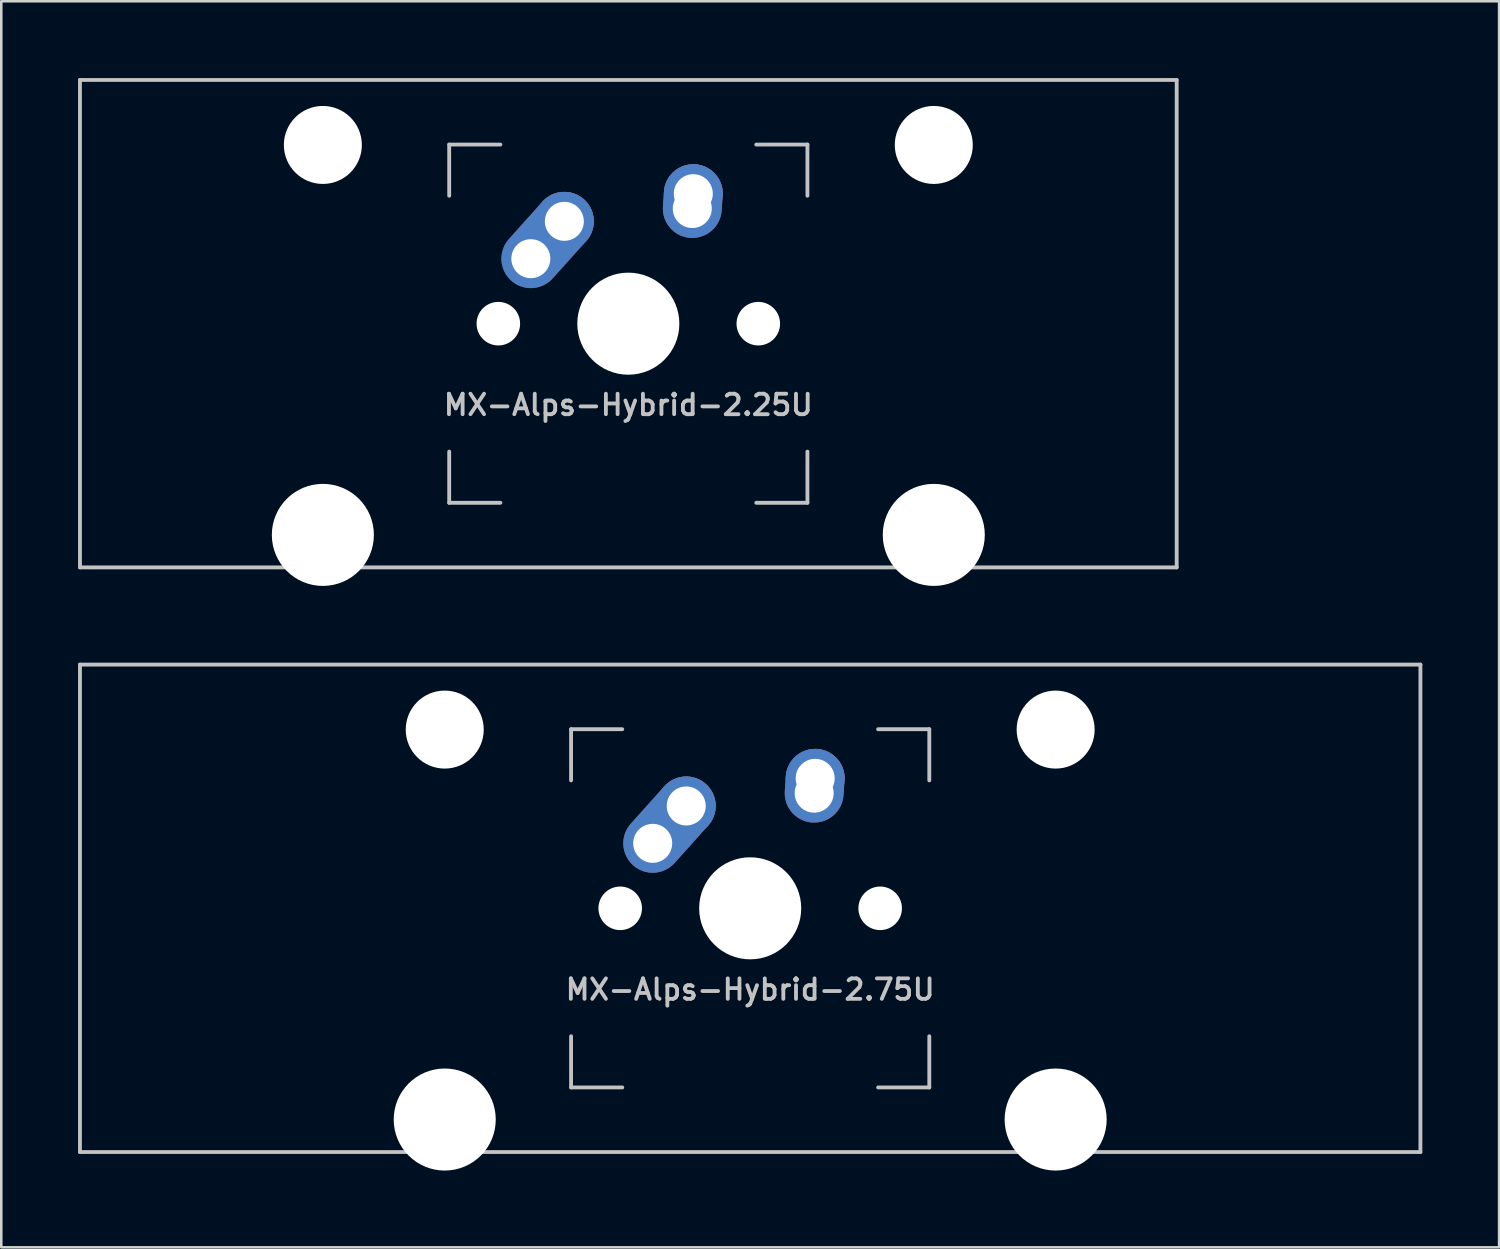
<source format=kicad_pcb>
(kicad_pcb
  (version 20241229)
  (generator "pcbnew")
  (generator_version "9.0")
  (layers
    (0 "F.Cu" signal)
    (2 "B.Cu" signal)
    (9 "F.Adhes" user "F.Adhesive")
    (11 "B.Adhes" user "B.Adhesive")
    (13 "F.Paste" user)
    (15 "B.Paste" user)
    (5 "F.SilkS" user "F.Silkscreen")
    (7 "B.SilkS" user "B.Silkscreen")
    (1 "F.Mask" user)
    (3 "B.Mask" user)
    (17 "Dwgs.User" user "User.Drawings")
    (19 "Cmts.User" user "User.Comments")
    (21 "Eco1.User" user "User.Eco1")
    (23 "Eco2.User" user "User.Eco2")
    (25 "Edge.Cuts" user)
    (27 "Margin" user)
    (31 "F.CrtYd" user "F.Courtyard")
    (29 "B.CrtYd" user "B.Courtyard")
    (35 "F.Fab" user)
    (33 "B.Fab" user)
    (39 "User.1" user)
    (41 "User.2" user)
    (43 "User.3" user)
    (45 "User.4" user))
  (footprint "MX-Alps-Hybrid-2.25U"
    (layer "F.Cu")
    (at 21.506 9.6)
    (property "Reference" "MX-Alps-Hybrid-2.25U" (at 0 3.175 0) (layer "Dwgs.User") (effects (font (size 0.8 0.8) (thickness 0.15))))
    (attr through_hole)
    (fp_line (start -21.431 9.525) (end -21.431 -9.525) (stroke (width 0.15) (type solid)) (layer "Dwgs.User"))
    (fp_line (start -7 -7) (end -7 -5) (stroke (width 0.15) (type solid)) (layer "Dwgs.User"))
    (fp_line (start -7 5) (end -7 7) (stroke (width 0.15) (type solid)) (layer "Dwgs.User"))
    (fp_line (start -7 7) (end -5 7) (stroke (width 0.15) (type solid)) (layer "Dwgs.User"))
    (fp_line (start -5 -7) (end -7 -7) (stroke (width 0.15) (type solid)) (layer "Dwgs.User"))
    (fp_line (start 5 -7) (end 7 -7) (stroke (width 0.15) (type solid)) (layer "Dwgs.User"))
    (fp_line (start 5 7) (end 7 7) (stroke (width 0.15) (type solid)) (layer "Dwgs.User"))
    (fp_line (start 7 -7) (end 7 -5) (stroke (width 0.15) (type solid)) (layer "Dwgs.User"))
    (fp_line (start 7 7) (end 7 5) (stroke (width 0.15) (type solid)) (layer "Dwgs.User"))
    (fp_line (start 21.431 -9.525) (end -21.431 -9.525) (stroke (width 0.15) (type solid)) (layer "Dwgs.User"))
    (fp_line (start 21.431 9.525) (end -21.431 9.525) (stroke (width 0.15) (type solid)) (layer "Dwgs.User"))
    (fp_line (start 21.431 9.525) (end 21.431 -9.525) (stroke (width 0.15) (type solid)) (layer "Dwgs.User"))
    (pad "" np_thru_hole circle (at -11.938 -6.985) (size 3.048 3.048) (drill 3.048) (layers "*.Cu" "*.Mask"))
    (pad "" np_thru_hole circle (at -11.938 8.255) (size 3.988 3.988) (drill 3.988) (layers "*.Cu" "*.Mask"))
    (pad "" np_thru_hole circle (at -5.08 0 48.099) (size 1.702 1.702) (drill 1.702) (layers "*.Cu" "*.Mask"))
    (pad "" np_thru_hole circle (at 0 0) (size 3.988 3.988) (drill 3.988) (layers "*.Cu" "*.Mask"))
    (pad "" np_thru_hole circle (at 5.08 0 48.099) (size 1.702 1.702) (drill 1.702) (layers "*.Cu" "*.Mask"))
    (pad "" np_thru_hole circle (at 11.938 -6.985) (size 3.048 3.048) (drill 3.048) (layers "*.Cu" "*.Mask"))
    (pad "" np_thru_hole circle (at 11.938 8.255) (size 3.988 3.988) (drill 3.988) (layers "*.Cu" "*.Mask"))
    (pad "1" thru_hole oval (at -3.81 -2.54 48.099) (size 4.262 2.3) (drill 1.524 (offset 0.981 0)) (layers "*.Cu" "B.Mask"))
    (pad "1" thru_hole circle (at -2.5 -4) (size 2.3 2.3) (drill 1.524) (layers "*.Cu" "B.Mask"))
    (pad "2" thru_hole oval (at 2.5 -4.5 86.054) (size 2.881 2.3) (drill 1.524 (offset 0.291 0)) (layers "*.Cu" "B.Mask"))
    (pad "2" thru_hole circle (at 2.54 -5.08) (size 2.3 2.3) (drill 1.524) (layers "*.Cu" "B.Mask")))
  (footprint "MX-Alps-Hybrid-2.75U"
    (layer "F.Cu")
    (at 26.269 32.449)
    (property "Reference" "MX-Alps-Hybrid-2.75U" (at 0 3.175 0) (layer "Dwgs.User") (effects (font (size 0.8 0.8) (thickness 0.15))))
    (attr through_hole)
    (fp_line (start -26.194 9.525) (end -26.194 -9.525) (stroke (width 0.15) (type solid)) (layer "Dwgs.User"))
    (fp_line (start -7 -7) (end -7 -5) (stroke (width 0.15) (type solid)) (layer "Dwgs.User"))
    (fp_line (start -7 5) (end -7 7) (stroke (width 0.15) (type solid)) (layer "Dwgs.User"))
    (fp_line (start -7 7) (end -5 7) (stroke (width 0.15) (type solid)) (layer "Dwgs.User"))
    (fp_line (start -5 -7) (end -7 -7) (stroke (width 0.15) (type solid)) (layer "Dwgs.User"))
    (fp_line (start 5 -7) (end 7 -7) (stroke (width 0.15) (type solid)) (layer "Dwgs.User"))
    (fp_line (start 5 7) (end 7 7) (stroke (width 0.15) (type solid)) (layer "Dwgs.User"))
    (fp_line (start 7 -7) (end 7 -5) (stroke (width 0.15) (type solid)) (layer "Dwgs.User"))
    (fp_line (start 7 7) (end 7 5) (stroke (width 0.15) (type solid)) (layer "Dwgs.User"))
    (fp_line (start 26.194 -9.525) (end -26.194 -9.525) (stroke (width 0.15) (type solid)) (layer "Dwgs.User"))
    (fp_line (start 26.194 9.525) (end -26.194 9.525) (stroke (width 0.15) (type solid)) (layer "Dwgs.User"))
    (fp_line (start 26.194 9.525) (end 26.194 -9.525) (stroke (width 0.15) (type solid)) (layer "Dwgs.User"))
    (pad "" np_thru_hole circle (at -11.938 -6.985) (size 3.048 3.048) (drill 3.048) (layers "*.Cu" "*.Mask"))
    (pad "" np_thru_hole circle (at -11.938 8.255) (size 3.988 3.988) (drill 3.988) (layers "*.Cu" "*.Mask"))
    (pad "" np_thru_hole circle (at -5.08 0 48.099) (size 1.702 1.702) (drill 1.702) (layers "*.Cu" "*.Mask"))
    (pad "" np_thru_hole circle (at 0 0) (size 3.988 3.988) (drill 3.988) (layers "*.Cu" "*.Mask"))
    (pad "" np_thru_hole circle (at 5.08 0 48.099) (size 1.702 1.702) (drill 1.702) (layers "*.Cu" "*.Mask"))
    (pad "" np_thru_hole circle (at 11.938 -6.985) (size 3.048 3.048) (drill 3.048) (layers "*.Cu" "*.Mask"))
    (pad "" np_thru_hole circle (at 11.938 8.255) (size 3.988 3.988) (drill 3.988) (layers "*.Cu" "*.Mask"))
    (pad "1" thru_hole oval (at -3.81 -2.54 48.099) (size 4.262 2.3) (drill 1.524 (offset 0.981 0)) (layers "*.Cu" "B.Mask"))
    (pad "1" thru_hole circle (at -2.5 -4) (size 2.3 2.3) (drill 1.524) (layers "*.Cu" "B.Mask"))
    (pad "2" thru_hole oval (at 2.5 -4.5 86.054) (size 2.881 2.3) (drill 1.524 (offset 0.291 0)) (layers "*.Cu" "B.Mask"))
    (pad "2" thru_hole circle (at 2.54 -5.08) (size 2.3 2.3) (drill 1.524) (layers "*.Cu" "B.Mask")))
  (gr_rect
    (start -3 -3)
    (end 55.538 45.698)
    (stroke (width 0.1) (type default))
    (fill no)
    (layer "Edge.Cuts")))
</source>
